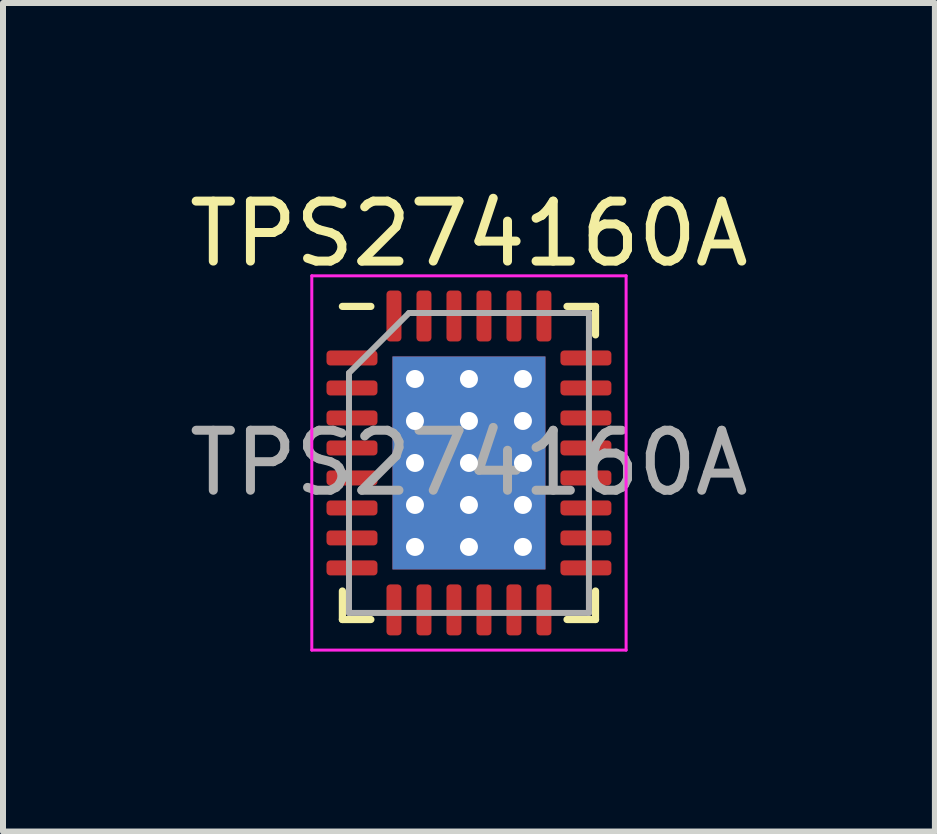
<source format=kicad_pcb>
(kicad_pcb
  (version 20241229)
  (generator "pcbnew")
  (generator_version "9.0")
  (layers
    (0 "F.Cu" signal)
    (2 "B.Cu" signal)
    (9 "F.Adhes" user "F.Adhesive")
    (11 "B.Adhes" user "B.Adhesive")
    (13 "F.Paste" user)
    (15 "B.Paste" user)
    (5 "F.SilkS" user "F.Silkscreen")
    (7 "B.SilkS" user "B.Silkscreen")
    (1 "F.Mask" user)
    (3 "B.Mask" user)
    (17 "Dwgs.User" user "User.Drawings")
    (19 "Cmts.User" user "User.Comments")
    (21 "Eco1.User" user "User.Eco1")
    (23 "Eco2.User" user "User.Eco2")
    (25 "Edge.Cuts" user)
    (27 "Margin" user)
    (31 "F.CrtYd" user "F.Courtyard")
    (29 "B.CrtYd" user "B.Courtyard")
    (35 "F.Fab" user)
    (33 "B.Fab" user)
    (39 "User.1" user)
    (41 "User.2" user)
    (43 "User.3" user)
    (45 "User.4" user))
  (footprint "TPS274160A"
    (layer "F.Cu")
    (at 4.768 4.668)
    (property "Reference" "TPS274160A" (at 0 -3.82 0) (layer "F.SilkS") (effects (font (size 1 1) (thickness 0.15))))
    (attr smd)
    (fp_line (start -2.11 2.61) (end -2.11 2.135) (stroke (width 0.12) (type solid)) (layer "F.SilkS"))
    (fp_line (start -1.635 -2.61) (end -2.11 -2.61) (stroke (width 0.12) (type solid)) (layer "F.SilkS"))
    (fp_line (start -1.635 2.61) (end -2.11 2.61) (stroke (width 0.12) (type solid)) (layer "F.SilkS"))
    (fp_line (start 1.635 -2.61) (end 2.11 -2.61) (stroke (width 0.12) (type solid)) (layer "F.SilkS"))
    (fp_line (start 1.635 2.61) (end 2.11 2.61) (stroke (width 0.12) (type solid)) (layer "F.SilkS"))
    (fp_line (start 2.11 -2.61) (end 2.11 -2.135) (stroke (width 0.12) (type solid)) (layer "F.SilkS"))
    (fp_line (start 2.11 2.61) (end 2.11 2.135) (stroke (width 0.12) (type solid)) (layer "F.SilkS"))
    (fp_line (start -2.62 -3.12) (end -2.62 3.12) (stroke (width 0.05) (type solid)) (layer "F.CrtYd"))
    (fp_line (start -2.62 3.12) (end 2.62 3.12) (stroke (width 0.05) (type solid)) (layer "F.CrtYd"))
    (fp_line (start 2.62 -3.12) (end -2.62 -3.12) (stroke (width 0.05) (type solid)) (layer "F.CrtYd"))
    (fp_line (start 2.62 3.12) (end 2.62 -3.12) (stroke (width 0.05) (type solid)) (layer "F.CrtYd"))
    (fp_line (start -2 -1.5) (end -1 -2.5) (stroke (width 0.1) (type solid)) (layer "F.Fab"))
    (fp_line (start -2 2.5) (end -2 -1.5) (stroke (width 0.1) (type solid)) (layer "F.Fab"))
    (fp_line (start -1 -2.5) (end 2 -2.5) (stroke (width 0.1) (type solid)) (layer "F.Fab"))
    (fp_line (start 2 -2.5) (end 2 2.5) (stroke (width 0.1) (type solid)) (layer "F.Fab"))
    (fp_line (start 2 2.5) (end -2 2.5) (stroke (width 0.1) (type solid)) (layer "F.Fab"))
    (fp_text user "${REFERENCE}" (at 0 0 0) (layer "F.Fab") (effects (font (size 1 1) (thickness 0.15))))
    (pad "1" smd roundrect (at -1.95 -1.75) (size 0.85 0.25) (layers "F.Cu" "F.Mask" "F.Paste") (roundrect_rratio 0.25))
    (pad "2" smd roundrect (at -1.95 -1.25) (size 0.85 0.25) (layers "F.Cu" "F.Mask" "F.Paste") (roundrect_rratio 0.25))
    (pad "3" smd roundrect (at -1.95 -0.75) (size 0.85 0.25) (layers "F.Cu" "F.Mask" "F.Paste") (roundrect_rratio 0.25))
    (pad "4" smd roundrect (at -1.95 -0.25) (size 0.85 0.25) (layers "F.Cu" "F.Mask" "F.Paste") (roundrect_rratio 0.25))
    (pad "5" smd roundrect (at -1.95 0.25) (size 0.85 0.25) (layers "F.Cu" "F.Mask" "F.Paste") (roundrect_rratio 0.25))
    (pad "6" smd roundrect (at -1.95 0.75) (size 0.85 0.25) (layers "F.Cu" "F.Mask" "F.Paste") (roundrect_rratio 0.25))
    (pad "7" smd roundrect (at -1.95 1.25) (size 0.85 0.25) (layers "F.Cu" "F.Mask" "F.Paste") (roundrect_rratio 0.25))
    (pad "8" smd roundrect (at -1.95 1.75) (size 0.85 0.25) (layers "F.Cu" "F.Mask" "F.Paste") (roundrect_rratio 0.25))
    (pad "9" smd roundrect (at -1.25 2.45) (size 0.25 0.85) (layers "F.Cu" "F.Mask" "F.Paste") (roundrect_rratio 0.25))
    (pad "10" smd roundrect (at -0.75 2.45) (size 0.25 0.85) (layers "F.Cu" "F.Mask" "F.Paste") (roundrect_rratio 0.25))
    (pad "11" smd roundrect (at -0.25 2.45) (size 0.25 0.85) (layers "F.Cu" "F.Mask" "F.Paste") (roundrect_rratio 0.25))
    (pad "12" smd roundrect (at 0.25 2.45) (size 0.25 0.85) (layers "F.Cu" "F.Mask" "F.Paste") (roundrect_rratio 0.25))
    (pad "13" smd roundrect (at 0.75 2.45) (size 0.25 0.85) (layers "F.Cu" "F.Mask" "F.Paste") (roundrect_rratio 0.25))
    (pad "14" smd roundrect (at 1.25 2.45) (size 0.25 0.85) (layers "F.Cu" "F.Mask" "F.Paste") (roundrect_rratio 0.25))
    (pad "15" smd roundrect (at 1.95 1.75) (size 0.85 0.25) (layers "F.Cu" "F.Mask" "F.Paste") (roundrect_rratio 0.25))
    (pad "16" smd roundrect (at 1.95 1.25) (size 0.85 0.25) (layers "F.Cu" "F.Mask" "F.Paste") (roundrect_rratio 0.25))
    (pad "17" smd roundrect (at 1.95 0.75) (size 0.85 0.25) (layers "F.Cu" "F.Mask" "F.Paste") (roundrect_rratio 0.25))
    (pad "18" smd roundrect (at 1.95 0.25) (size 0.85 0.25) (layers "F.Cu" "F.Mask" "F.Paste") (roundrect_rratio 0.25))
    (pad "19" smd roundrect (at 1.95 -0.25) (size 0.85 0.25) (layers "F.Cu" "F.Mask" "F.Paste") (roundrect_rratio 0.25))
    (pad "20" smd roundrect (at 1.95 -0.75) (size 0.85 0.25) (layers "F.Cu" "F.Mask" "F.Paste") (roundrect_rratio 0.25))
    (pad "21" smd roundrect (at 1.95 -1.25) (size 0.85 0.25) (layers "F.Cu" "F.Mask" "F.Paste") (roundrect_rratio 0.25))
    (pad "22" smd roundrect (at 1.95 -1.75) (size 0.85 0.25) (layers "F.Cu" "F.Mask" "F.Paste") (roundrect_rratio 0.25))
    (pad "23" smd roundrect (at 1.25 -2.45) (size 0.25 0.85) (layers "F.Cu" "F.Mask" "F.Paste") (roundrect_rratio 0.25))
    (pad "24" smd roundrect (at 0.75 -2.45) (size 0.25 0.85) (layers "F.Cu" "F.Mask" "F.Paste") (roundrect_rratio 0.25))
    (pad "25" smd roundrect (at 0.25 -2.45) (size 0.25 0.85) (layers "F.Cu" "F.Mask" "F.Paste") (roundrect_rratio 0.25))
    (pad "26" smd roundrect (at -0.25 -2.45) (size 0.25 0.85) (layers "F.Cu" "F.Mask" "F.Paste") (roundrect_rratio 0.25))
    (pad "27" smd roundrect (at -0.75 -2.45) (size 0.25 0.85) (layers "F.Cu" "F.Mask" "F.Paste") (roundrect_rratio 0.25))
    (pad "28" smd roundrect (at -1.25 -2.45) (size 0.25 0.85) (layers "F.Cu" "F.Mask" "F.Paste") (roundrect_rratio 0.25))
    (pad "29" thru_hole circle (at -0.9 -1.4) (size 0.6 0.6) (drill 0.3) (layers "*.Cu"))
    (pad "29" thru_hole circle (at -0.9 -0.7) (size 0.6 0.6) (drill 0.3) (layers "*.Cu"))
    (pad "29" thru_hole circle (at -0.9 0) (size 0.6 0.6) (drill 0.3) (layers "*.Cu"))
    (pad "29" thru_hole circle (at -0.9 0.7) (size 0.6 0.6) (drill 0.3) (layers "*.Cu"))
    (pad "29" thru_hole circle (at -0.9 1.4) (size 0.6 0.6) (drill 0.3) (layers "*.Cu"))
    (pad "29" thru_hole circle (at 0 -1.4) (size 0.6 0.6) (drill 0.3) (layers "*.Cu"))
    (pad "29" thru_hole circle (at 0 -0.7) (size 0.6 0.6) (drill 0.3) (layers "*.Cu"))
    (pad "29" thru_hole circle (at 0 0) (size 0.6 0.6) (drill 0.3) (layers "*.Cu"))
    (pad "29" smd rect (at 0 0) (size 2.55 3.55) (layers "F.Cu" "F.Mask"))
    (pad "29" smd rect (at 0 0) (size 2.55 3.55) (layers "B.Cu"))
    (pad "29" thru_hole circle (at 0 0.7) (size 0.6 0.6) (drill 0.3) (layers "*.Cu"))
    (pad "29" thru_hole circle (at 0 1.4) (size 0.6 0.6) (drill 0.3) (layers "*.Cu"))
    (pad "29" thru_hole circle (at 0.9 -1.4) (size 0.6 0.6) (drill 0.3) (layers "*.Cu"))
    (pad "29" thru_hole circle (at 0.9 -0.7) (size 0.6 0.6) (drill 0.3) (layers "*.Cu"))
    (pad "29" thru_hole circle (at 0.9 0) (size 0.6 0.6) (drill 0.3) (layers "*.Cu"))
    (pad "29" thru_hole circle (at 0.9 0.7) (size 0.6 0.6) (drill 0.3) (layers "*.Cu"))
    (pad "29" thru_hole circle (at 0.9 1.4) (size 0.6 0.6) (drill 0.3) (layers "*.Cu")))
  (gr_rect
    (start -3 -3)
    (end 12.536 10.813)
    (stroke (width 0.1) (type default))
    (fill no)
    (layer "Edge.Cuts")))
</source>
